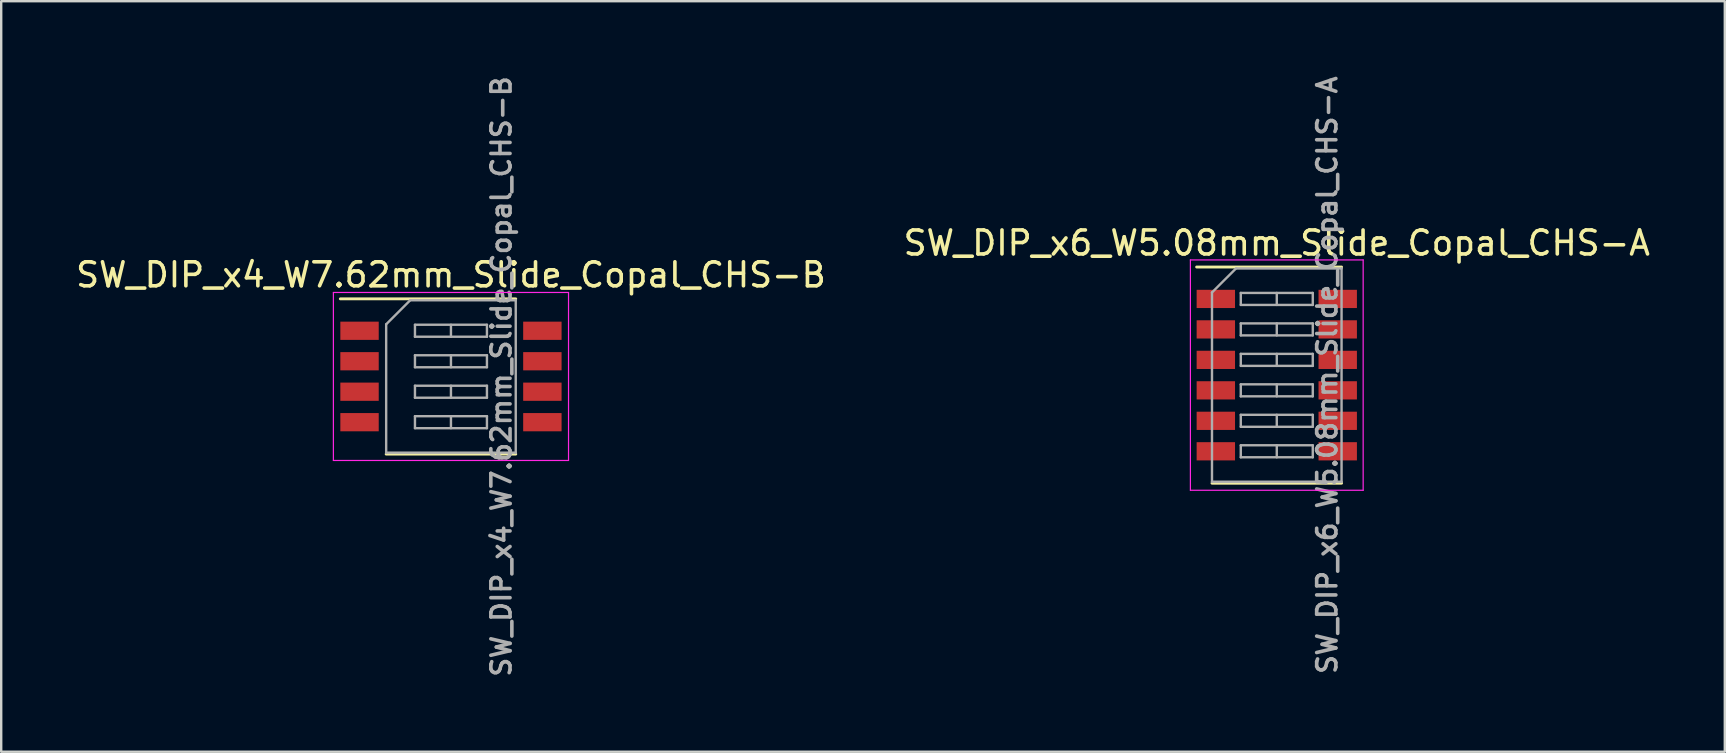
<source format=kicad_pcb>
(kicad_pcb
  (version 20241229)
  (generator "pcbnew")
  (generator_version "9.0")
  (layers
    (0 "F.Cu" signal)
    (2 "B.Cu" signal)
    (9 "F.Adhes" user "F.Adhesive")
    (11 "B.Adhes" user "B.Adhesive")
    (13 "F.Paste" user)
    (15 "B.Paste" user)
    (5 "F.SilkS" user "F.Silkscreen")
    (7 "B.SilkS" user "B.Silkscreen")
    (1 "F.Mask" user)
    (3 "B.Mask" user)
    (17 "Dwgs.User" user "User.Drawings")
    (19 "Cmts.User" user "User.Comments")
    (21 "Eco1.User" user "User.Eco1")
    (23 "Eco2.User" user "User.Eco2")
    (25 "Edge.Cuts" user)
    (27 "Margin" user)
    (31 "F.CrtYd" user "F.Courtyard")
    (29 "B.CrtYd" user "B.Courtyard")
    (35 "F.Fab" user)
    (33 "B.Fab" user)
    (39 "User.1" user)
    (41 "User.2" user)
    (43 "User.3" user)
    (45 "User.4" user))
  (footprint "SW_DIP_x4_W7.62mm_Slide_Copal_CHS-B"
    (layer "F.Cu")
    (at 15.744 12.64)
    (property "Reference" "SW_DIP_x4_W7.62mm_Slide_Copal_CHS-B" (at 0 -4.235 0) (layer "F.SilkS") (effects (font (size 1 1) (thickness 0.15))))
    (attr smd)
    (fp_line (start -4.61 -3.235) (end 2.7 -3.235) (stroke (width 0.12) (type solid)) (layer "F.SilkS"))
    (fp_line (start -2.7 3.235) (end 2.7 3.235) (stroke (width 0.12) (type solid)) (layer "F.SilkS"))
    (fp_line (start -4.9 -3.5) (end -4.9 3.5) (stroke (width 0.05) (type solid)) (layer "F.CrtYd"))
    (fp_line (start -4.9 3.5) (end 4.9 3.5) (stroke (width 0.05) (type solid)) (layer "F.CrtYd"))
    (fp_line (start 4.9 -3.5) (end -4.9 -3.5) (stroke (width 0.05) (type solid)) (layer "F.CrtYd"))
    (fp_line (start 4.9 3.5) (end 4.9 -3.5) (stroke (width 0.05) (type solid)) (layer "F.CrtYd"))
    (fp_line (start -2.7 -2.175) (end -1.7 -3.175) (stroke (width 0.1) (type solid)) (layer "F.Fab"))
    (fp_line (start -2.7 3.175) (end -2.7 -2.175) (stroke (width 0.1) (type solid)) (layer "F.Fab"))
    (fp_line (start -1.7 -3.175) (end 2.7 -3.175) (stroke (width 0.1) (type solid)) (layer "F.Fab"))
    (fp_line (start -1.5 -2.155) (end -1.5 -1.655) (stroke (width 0.1) (type solid)) (layer "F.Fab"))
    (fp_line (start -1.5 -1.655) (end 1.5 -1.655) (stroke (width 0.1) (type solid)) (layer "F.Fab"))
    (fp_line (start -1.5 -0.885) (end -1.5 -0.385) (stroke (width 0.1) (type solid)) (layer "F.Fab"))
    (fp_line (start -1.5 -0.385) (end 1.5 -0.385) (stroke (width 0.1) (type solid)) (layer "F.Fab"))
    (fp_line (start -1.5 0.385) (end -1.5 0.885) (stroke (width 0.1) (type solid)) (layer "F.Fab"))
    (fp_line (start -1.5 0.885) (end 1.5 0.885) (stroke (width 0.1) (type solid)) (layer "F.Fab"))
    (fp_line (start -1.5 1.655) (end -1.5 2.155) (stroke (width 0.1) (type solid)) (layer "F.Fab"))
    (fp_line (start -1.5 2.155) (end 1.5 2.155) (stroke (width 0.1) (type solid)) (layer "F.Fab"))
    (fp_line (start 0 -2.155) (end 0 -1.655) (stroke (width 0.1) (type solid)) (layer "F.Fab"))
    (fp_line (start 0 -0.885) (end 0 -0.385) (stroke (width 0.1) (type solid)) (layer "F.Fab"))
    (fp_line (start 0 0.385) (end 0 0.885) (stroke (width 0.1) (type solid)) (layer "F.Fab"))
    (fp_line (start 0 1.655) (end 0 2.155) (stroke (width 0.1) (type solid)) (layer "F.Fab"))
    (fp_line (start 1.5 -2.155) (end -1.5 -2.155) (stroke (width 0.1) (type solid)) (layer "F.Fab"))
    (fp_line (start 1.5 -1.655) (end 1.5 -2.155) (stroke (width 0.1) (type solid)) (layer "F.Fab"))
    (fp_line (start 1.5 -0.885) (end -1.5 -0.885) (stroke (width 0.1) (type solid)) (layer "F.Fab"))
    (fp_line (start 1.5 -0.385) (end 1.5 -0.885) (stroke (width 0.1) (type solid)) (layer "F.Fab"))
    (fp_line (start 1.5 0.385) (end -1.5 0.385) (stroke (width 0.1) (type solid)) (layer "F.Fab"))
    (fp_line (start 1.5 0.885) (end 1.5 0.385) (stroke (width 0.1) (type solid)) (layer "F.Fab"))
    (fp_line (start 1.5 1.655) (end -1.5 1.655) (stroke (width 0.1) (type solid)) (layer "F.Fab"))
    (fp_line (start 1.5 2.155) (end 1.5 1.655) (stroke (width 0.1) (type solid)) (layer "F.Fab"))
    (fp_line (start 2.7 -3.175) (end 2.7 3.175) (stroke (width 0.1) (type solid)) (layer "F.Fab"))
    (fp_line (start 2.7 3.175) (end -2.7 3.175) (stroke (width 0.1) (type solid)) (layer "F.Fab"))
    (fp_text user "${REFERENCE}" (at 2.1 0 90) (layer "F.Fab") (effects (font (size 0.8 0.8) (thickness 0.15))))
    (pad "1" smd rect (at -3.81 -1.905) (size 1.6 0.76) (layers "F.Cu" "F.Mask" "F.Paste"))
    (pad "2" smd rect (at -3.81 -0.635) (size 1.6 0.76) (layers "F.Cu" "F.Mask" "F.Paste"))
    (pad "3" smd rect (at -3.81 0.635) (size 1.6 0.76) (layers "F.Cu" "F.Mask" "F.Paste"))
    (pad "4" smd rect (at -3.81 1.905) (size 1.6 0.76) (layers "F.Cu" "F.Mask" "F.Paste"))
    (pad "5" smd rect (at 3.81 1.905) (size 1.6 0.76) (layers "F.Cu" "F.Mask" "F.Paste"))
    (pad "6" smd rect (at 3.81 0.635) (size 1.6 0.76) (layers "F.Cu" "F.Mask" "F.Paste"))
    (pad "7" smd rect (at 3.81 -0.635) (size 1.6 0.76) (layers "F.Cu" "F.Mask" "F.Paste"))
    (pad "8" smd rect (at 3.81 -1.905) (size 1.6 0.76) (layers "F.Cu" "F.Mask" "F.Paste")))
  (footprint "SW_DIP_x6_W5.08mm_Slide_Copal_CHS-A"
    (layer "F.Cu")
    (at 50.161 12.583)
    (property "Reference" "SW_DIP_x6_W5.08mm_Slide_Copal_CHS-A" (at 0 -5.505 0) (layer "F.SilkS") (effects (font (size 1 1) (thickness 0.15))))
    (attr smd)
    (fp_line (start -3.34 -4.505) (end 2.7 -4.505) (stroke (width 0.12) (type solid)) (layer "F.SilkS"))
    (fp_line (start -2.7 4.505) (end 2.7 4.505) (stroke (width 0.12) (type solid)) (layer "F.SilkS"))
    (fp_line (start -3.6 -4.8) (end -3.6 4.8) (stroke (width 0.05) (type solid)) (layer "F.CrtYd"))
    (fp_line (start -3.6 4.8) (end 3.6 4.8) (stroke (width 0.05) (type solid)) (layer "F.CrtYd"))
    (fp_line (start 3.6 -4.8) (end -3.6 -4.8) (stroke (width 0.05) (type solid)) (layer "F.CrtYd"))
    (fp_line (start 3.6 4.8) (end 3.6 -4.8) (stroke (width 0.05) (type solid)) (layer "F.CrtYd"))
    (fp_line (start -2.7 -3.445) (end -1.7 -4.445) (stroke (width 0.1) (type solid)) (layer "F.Fab"))
    (fp_line (start -2.7 4.445) (end -2.7 -3.445) (stroke (width 0.1) (type solid)) (layer "F.Fab"))
    (fp_line (start -1.7 -4.445) (end 2.7 -4.445) (stroke (width 0.1) (type solid)) (layer "F.Fab"))
    (fp_line (start -1.5 -3.425) (end -1.5 -2.925) (stroke (width 0.1) (type solid)) (layer "F.Fab"))
    (fp_line (start -1.5 -2.925) (end 1.5 -2.925) (stroke (width 0.1) (type solid)) (layer "F.Fab"))
    (fp_line (start -1.5 -2.155) (end -1.5 -1.655) (stroke (width 0.1) (type solid)) (layer "F.Fab"))
    (fp_line (start -1.5 -1.655) (end 1.5 -1.655) (stroke (width 0.1) (type solid)) (layer "F.Fab"))
    (fp_line (start -1.5 -0.885) (end -1.5 -0.385) (stroke (width 0.1) (type solid)) (layer "F.Fab"))
    (fp_line (start -1.5 -0.385) (end 1.5 -0.385) (stroke (width 0.1) (type solid)) (layer "F.Fab"))
    (fp_line (start -1.5 0.385) (end -1.5 0.885) (stroke (width 0.1) (type solid)) (layer "F.Fab"))
    (fp_line (start -1.5 0.885) (end 1.5 0.885) (stroke (width 0.1) (type solid)) (layer "F.Fab"))
    (fp_line (start -1.5 1.655) (end -1.5 2.155) (stroke (width 0.1) (type solid)) (layer "F.Fab"))
    (fp_line (start -1.5 2.155) (end 1.5 2.155) (stroke (width 0.1) (type solid)) (layer "F.Fab"))
    (fp_line (start -1.5 2.925) (end -1.5 3.425) (stroke (width 0.1) (type solid)) (layer "F.Fab"))
    (fp_line (start -1.5 3.425) (end 1.5 3.425) (stroke (width 0.1) (type solid)) (layer "F.Fab"))
    (fp_line (start 0 -3.425) (end 0 -2.925) (stroke (width 0.1) (type solid)) (layer "F.Fab"))
    (fp_line (start 0 -2.155) (end 0 -1.655) (stroke (width 0.1) (type solid)) (layer "F.Fab"))
    (fp_line (start 0 -0.885) (end 0 -0.385) (stroke (width 0.1) (type solid)) (layer "F.Fab"))
    (fp_line (start 0 0.385) (end 0 0.885) (stroke (width 0.1) (type solid)) (layer "F.Fab"))
    (fp_line (start 0 1.655) (end 0 2.155) (stroke (width 0.1) (type solid)) (layer "F.Fab"))
    (fp_line (start 0 2.925) (end 0 3.425) (stroke (width 0.1) (type solid)) (layer "F.Fab"))
    (fp_line (start 1.5 -3.425) (end -1.5 -3.425) (stroke (width 0.1) (type solid)) (layer "F.Fab"))
    (fp_line (start 1.5 -2.925) (end 1.5 -3.425) (stroke (width 0.1) (type solid)) (layer "F.Fab"))
    (fp_line (start 1.5 -2.155) (end -1.5 -2.155) (stroke (width 0.1) (type solid)) (layer "F.Fab"))
    (fp_line (start 1.5 -1.655) (end 1.5 -2.155) (stroke (width 0.1) (type solid)) (layer "F.Fab"))
    (fp_line (start 1.5 -0.885) (end -1.5 -0.885) (stroke (width 0.1) (type solid)) (layer "F.Fab"))
    (fp_line (start 1.5 -0.385) (end 1.5 -0.885) (stroke (width 0.1) (type solid)) (layer "F.Fab"))
    (fp_line (start 1.5 0.385) (end -1.5 0.385) (stroke (width 0.1) (type solid)) (layer "F.Fab"))
    (fp_line (start 1.5 0.885) (end 1.5 0.385) (stroke (width 0.1) (type solid)) (layer "F.Fab"))
    (fp_line (start 1.5 1.655) (end -1.5 1.655) (stroke (width 0.1) (type solid)) (layer "F.Fab"))
    (fp_line (start 1.5 2.155) (end 1.5 1.655) (stroke (width 0.1) (type solid)) (layer "F.Fab"))
    (fp_line (start 1.5 2.925) (end -1.5 2.925) (stroke (width 0.1) (type solid)) (layer "F.Fab"))
    (fp_line (start 1.5 3.425) (end 1.5 2.925) (stroke (width 0.1) (type solid)) (layer "F.Fab"))
    (fp_line (start 2.7 -4.445) (end 2.7 4.445) (stroke (width 0.1) (type solid)) (layer "F.Fab"))
    (fp_line (start 2.7 4.445) (end -2.7 4.445) (stroke (width 0.1) (type solid)) (layer "F.Fab"))
    (fp_text user "${REFERENCE}" (at 2.1 0 90) (layer "F.Fab") (effects (font (size 0.8 0.8) (thickness 0.15))))
    (pad "1" smd rect (at -2.54 -3.175) (size 1.6 0.76) (layers "F.Cu" "F.Mask" "F.Paste"))
    (pad "2" smd rect (at -2.54 -1.905) (size 1.6 0.76) (layers "F.Cu" "F.Mask" "F.Paste"))
    (pad "3" smd rect (at -2.54 -0.635) (size 1.6 0.76) (layers "F.Cu" "F.Mask" "F.Paste"))
    (pad "4" smd rect (at -2.54 0.635) (size 1.6 0.76) (layers "F.Cu" "F.Mask" "F.Paste"))
    (pad "5" smd rect (at -2.54 1.905) (size 1.6 0.76) (layers "F.Cu" "F.Mask" "F.Paste"))
    (pad "6" smd rect (at -2.54 3.175) (size 1.6 0.76) (layers "F.Cu" "F.Mask" "F.Paste"))
    (pad "7" smd rect (at 2.54 3.175) (size 1.6 0.76) (layers "F.Cu" "F.Mask" "F.Paste"))
    (pad "8" smd rect (at 2.54 1.905) (size 1.6 0.76) (layers "F.Cu" "F.Mask" "F.Paste"))
    (pad "9" smd rect (at 2.54 0.635) (size 1.6 0.76) (layers "F.Cu" "F.Mask" "F.Paste"))
    (pad "10" smd rect (at 2.54 -0.635) (size 1.6 0.76) (layers "F.Cu" "F.Mask" "F.Paste"))
    (pad "11" smd rect (at 2.54 -1.905) (size 1.6 0.76) (layers "F.Cu" "F.Mask" "F.Paste"))
    (pad "12" smd rect (at 2.54 -3.175) (size 1.6 0.76) (layers "F.Cu" "F.Mask" "F.Paste")))
  (gr_rect
    (start -3 -3)
    (end 68.833 28.28)
    (stroke (width 0.1) (type default))
    (fill no)
    (layer "Edge.Cuts")))
</source>
